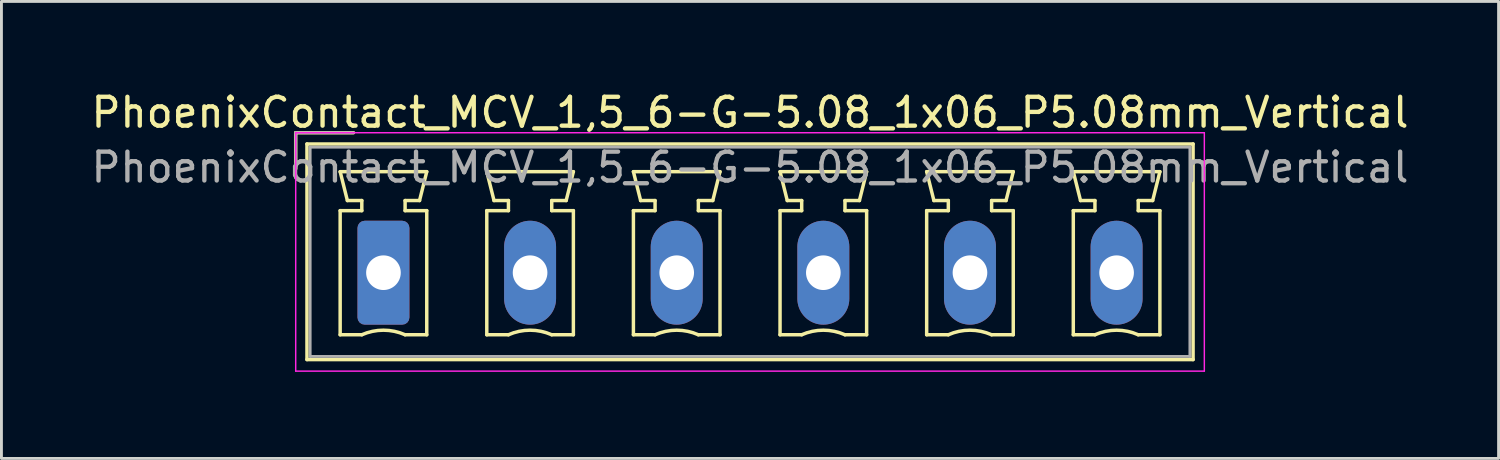
<source format=kicad_pcb>
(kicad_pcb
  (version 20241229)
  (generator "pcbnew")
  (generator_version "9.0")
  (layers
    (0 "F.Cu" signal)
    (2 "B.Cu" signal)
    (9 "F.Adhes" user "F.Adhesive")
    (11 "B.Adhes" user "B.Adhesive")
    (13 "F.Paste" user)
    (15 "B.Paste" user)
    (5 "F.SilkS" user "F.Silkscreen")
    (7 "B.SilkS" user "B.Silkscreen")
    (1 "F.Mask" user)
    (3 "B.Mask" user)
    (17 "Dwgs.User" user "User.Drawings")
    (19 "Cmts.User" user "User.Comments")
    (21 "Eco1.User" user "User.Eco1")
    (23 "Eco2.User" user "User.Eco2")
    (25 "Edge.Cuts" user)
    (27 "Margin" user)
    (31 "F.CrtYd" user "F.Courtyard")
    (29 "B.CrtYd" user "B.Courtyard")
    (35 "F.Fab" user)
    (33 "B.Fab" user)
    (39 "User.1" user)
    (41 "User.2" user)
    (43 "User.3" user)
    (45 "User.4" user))
  (footprint "PhoenixContact_MCV_1,5_6-G-5.08_1x06_P5.08mm_Vertical"
    (layer "F.Cu")
    (at 10.235 6.398)
    (property "Reference" "PhoenixContact_MCV_1,5_6-G-5.08_1x06_P5.08mm_Vertical" (at 12.7 -5.55 0) (layer "F.SilkS") (effects (font (size 1 1) (thickness 0.15))))
    (attr through_hole)
    (fp_line (start -3.04 -4.85) (end -1.04 -4.85) (stroke (width 0.12) (type solid)) (layer "F.SilkS"))
    (fp_line (start -3.04 -3.6) (end -3.04 -4.85) (stroke (width 0.12) (type solid)) (layer "F.SilkS"))
    (fp_line (start -2.65 -4.46) (end -2.65 3.01) (stroke (width 0.12) (type solid)) (layer "F.SilkS"))
    (fp_line (start -2.65 3.01) (end 28.05 3.01) (stroke (width 0.12) (type solid)) (layer "F.SilkS"))
    (fp_line (start -1.5 -3.5) (end 1.5 -3.5) (stroke (width 0.12) (type solid)) (layer "F.SilkS"))
    (fp_line (start -1.5 -2.15) (end -0.75 -2.15) (stroke (width 0.12) (type solid)) (layer "F.SilkS"))
    (fp_line (start -1.5 2.15) (end -1.5 -2.15) (stroke (width 0.12) (type solid)) (layer "F.SilkS"))
    (fp_line (start -1.25 -2.5) (end -1.5 -3.5) (stroke (width 0.12) (type solid)) (layer "F.SilkS"))
    (fp_line (start -0.75 -2.5) (end -1.25 -2.5) (stroke (width 0.12) (type solid)) (layer "F.SilkS"))
    (fp_line (start -0.75 -2.15) (end -0.75 -2.5) (stroke (width 0.12) (type solid)) (layer "F.SilkS"))
    (fp_line (start -0.75 2.15) (end -1.5 2.15) (stroke (width 0.12) (type solid)) (layer "F.SilkS"))
    (fp_line (start 0.75 -2.5) (end 0.75 -2.15) (stroke (width 0.12) (type solid)) (layer "F.SilkS"))
    (fp_line (start 0.75 -2.15) (end 1.5 -2.15) (stroke (width 0.12) (type solid)) (layer "F.SilkS"))
    (fp_line (start 1.25 -2.5) (end 0.75 -2.5) (stroke (width 0.12) (type solid)) (layer "F.SilkS"))
    (fp_line (start 1.5 -3.5) (end 1.25 -2.5) (stroke (width 0.12) (type solid)) (layer "F.SilkS"))
    (fp_line (start 1.5 -2.15) (end 1.5 2.15) (stroke (width 0.12) (type solid)) (layer "F.SilkS"))
    (fp_line (start 1.5 2.15) (end 0.75 2.15) (stroke (width 0.12) (type solid)) (layer "F.SilkS"))
    (fp_line (start 3.58 -3.5) (end 6.58 -3.5) (stroke (width 0.12) (type solid)) (layer "F.SilkS"))
    (fp_line (start 3.58 -2.15) (end 4.33 -2.15) (stroke (width 0.12) (type solid)) (layer "F.SilkS"))
    (fp_line (start 3.58 2.15) (end 3.58 -2.15) (stroke (width 0.12) (type solid)) (layer "F.SilkS"))
    (fp_line (start 3.83 -2.5) (end 3.58 -3.5) (stroke (width 0.12) (type solid)) (layer "F.SilkS"))
    (fp_line (start 4.33 -2.5) (end 3.83 -2.5) (stroke (width 0.12) (type solid)) (layer "F.SilkS"))
    (fp_line (start 4.33 -2.15) (end 4.33 -2.5) (stroke (width 0.12) (type solid)) (layer "F.SilkS"))
    (fp_line (start 4.33 2.15) (end 3.58 2.15) (stroke (width 0.12) (type solid)) (layer "F.SilkS"))
    (fp_line (start 5.83 -2.5) (end 5.83 -2.15) (stroke (width 0.12) (type solid)) (layer "F.SilkS"))
    (fp_line (start 5.83 -2.15) (end 6.58 -2.15) (stroke (width 0.12) (type solid)) (layer "F.SilkS"))
    (fp_line (start 6.33 -2.5) (end 5.83 -2.5) (stroke (width 0.12) (type solid)) (layer "F.SilkS"))
    (fp_line (start 6.58 -3.5) (end 6.33 -2.5) (stroke (width 0.12) (type solid)) (layer "F.SilkS"))
    (fp_line (start 6.58 -2.15) (end 6.58 2.15) (stroke (width 0.12) (type solid)) (layer "F.SilkS"))
    (fp_line (start 6.58 2.15) (end 5.83 2.15) (stroke (width 0.12) (type solid)) (layer "F.SilkS"))
    (fp_line (start 8.66 -3.5) (end 11.66 -3.5) (stroke (width 0.12) (type solid)) (layer "F.SilkS"))
    (fp_line (start 8.66 -2.15) (end 9.41 -2.15) (stroke (width 0.12) (type solid)) (layer "F.SilkS"))
    (fp_line (start 8.66 2.15) (end 8.66 -2.15) (stroke (width 0.12) (type solid)) (layer "F.SilkS"))
    (fp_line (start 8.91 -2.5) (end 8.66 -3.5) (stroke (width 0.12) (type solid)) (layer "F.SilkS"))
    (fp_line (start 9.41 -2.5) (end 8.91 -2.5) (stroke (width 0.12) (type solid)) (layer "F.SilkS"))
    (fp_line (start 9.41 -2.15) (end 9.41 -2.5) (stroke (width 0.12) (type solid)) (layer "F.SilkS"))
    (fp_line (start 9.41 2.15) (end 8.66 2.15) (stroke (width 0.12) (type solid)) (layer "F.SilkS"))
    (fp_line (start 10.91 -2.5) (end 10.91 -2.15) (stroke (width 0.12) (type solid)) (layer "F.SilkS"))
    (fp_line (start 10.91 -2.15) (end 11.66 -2.15) (stroke (width 0.12) (type solid)) (layer "F.SilkS"))
    (fp_line (start 11.41 -2.5) (end 10.91 -2.5) (stroke (width 0.12) (type solid)) (layer "F.SilkS"))
    (fp_line (start 11.66 -3.5) (end 11.41 -2.5) (stroke (width 0.12) (type solid)) (layer "F.SilkS"))
    (fp_line (start 11.66 -2.15) (end 11.66 2.15) (stroke (width 0.12) (type solid)) (layer "F.SilkS"))
    (fp_line (start 11.66 2.15) (end 10.91 2.15) (stroke (width 0.12) (type solid)) (layer "F.SilkS"))
    (fp_line (start 13.74 -3.5) (end 16.74 -3.5) (stroke (width 0.12) (type solid)) (layer "F.SilkS"))
    (fp_line (start 13.74 -2.15) (end 14.49 -2.15) (stroke (width 0.12) (type solid)) (layer "F.SilkS"))
    (fp_line (start 13.74 2.15) (end 13.74 -2.15) (stroke (width 0.12) (type solid)) (layer "F.SilkS"))
    (fp_line (start 13.99 -2.5) (end 13.74 -3.5) (stroke (width 0.12) (type solid)) (layer "F.SilkS"))
    (fp_line (start 14.49 -2.5) (end 13.99 -2.5) (stroke (width 0.12) (type solid)) (layer "F.SilkS"))
    (fp_line (start 14.49 -2.15) (end 14.49 -2.5) (stroke (width 0.12) (type solid)) (layer "F.SilkS"))
    (fp_line (start 14.49 2.15) (end 13.74 2.15) (stroke (width 0.12) (type solid)) (layer "F.SilkS"))
    (fp_line (start 15.99 -2.5) (end 15.99 -2.15) (stroke (width 0.12) (type solid)) (layer "F.SilkS"))
    (fp_line (start 15.99 -2.15) (end 16.74 -2.15) (stroke (width 0.12) (type solid)) (layer "F.SilkS"))
    (fp_line (start 16.49 -2.5) (end 15.99 -2.5) (stroke (width 0.12) (type solid)) (layer "F.SilkS"))
    (fp_line (start 16.74 -3.5) (end 16.49 -2.5) (stroke (width 0.12) (type solid)) (layer "F.SilkS"))
    (fp_line (start 16.74 -2.15) (end 16.74 2.15) (stroke (width 0.12) (type solid)) (layer "F.SilkS"))
    (fp_line (start 16.74 2.15) (end 15.99 2.15) (stroke (width 0.12) (type solid)) (layer "F.SilkS"))
    (fp_line (start 18.82 -3.5) (end 21.82 -3.5) (stroke (width 0.12) (type solid)) (layer "F.SilkS"))
    (fp_line (start 18.82 -2.15) (end 19.57 -2.15) (stroke (width 0.12) (type solid)) (layer "F.SilkS"))
    (fp_line (start 18.82 2.15) (end 18.82 -2.15) (stroke (width 0.12) (type solid)) (layer "F.SilkS"))
    (fp_line (start 19.07 -2.5) (end 18.82 -3.5) (stroke (width 0.12) (type solid)) (layer "F.SilkS"))
    (fp_line (start 19.57 -2.5) (end 19.07 -2.5) (stroke (width 0.12) (type solid)) (layer "F.SilkS"))
    (fp_line (start 19.57 -2.15) (end 19.57 -2.5) (stroke (width 0.12) (type solid)) (layer "F.SilkS"))
    (fp_line (start 19.57 2.15) (end 18.82 2.15) (stroke (width 0.12) (type solid)) (layer "F.SilkS"))
    (fp_line (start 21.07 -2.5) (end 21.07 -2.15) (stroke (width 0.12) (type solid)) (layer "F.SilkS"))
    (fp_line (start 21.07 -2.15) (end 21.82 -2.15) (stroke (width 0.12) (type solid)) (layer "F.SilkS"))
    (fp_line (start 21.57 -2.5) (end 21.07 -2.5) (stroke (width 0.12) (type solid)) (layer "F.SilkS"))
    (fp_line (start 21.82 -3.5) (end 21.57 -2.5) (stroke (width 0.12) (type solid)) (layer "F.SilkS"))
    (fp_line (start 21.82 -2.15) (end 21.82 2.15) (stroke (width 0.12) (type solid)) (layer "F.SilkS"))
    (fp_line (start 21.82 2.15) (end 21.07 2.15) (stroke (width 0.12) (type solid)) (layer "F.SilkS"))
    (fp_line (start 23.9 -3.5) (end 26.9 -3.5) (stroke (width 0.12) (type solid)) (layer "F.SilkS"))
    (fp_line (start 23.9 -2.15) (end 24.65 -2.15) (stroke (width 0.12) (type solid)) (layer "F.SilkS"))
    (fp_line (start 23.9 2.15) (end 23.9 -2.15) (stroke (width 0.12) (type solid)) (layer "F.SilkS"))
    (fp_line (start 24.15 -2.5) (end 23.9 -3.5) (stroke (width 0.12) (type solid)) (layer "F.SilkS"))
    (fp_line (start 24.65 -2.5) (end 24.15 -2.5) (stroke (width 0.12) (type solid)) (layer "F.SilkS"))
    (fp_line (start 24.65 -2.15) (end 24.65 -2.5) (stroke (width 0.12) (type solid)) (layer "F.SilkS"))
    (fp_line (start 24.65 2.15) (end 23.9 2.15) (stroke (width 0.12) (type solid)) (layer "F.SilkS"))
    (fp_line (start 26.15 -2.5) (end 26.15 -2.15) (stroke (width 0.12) (type solid)) (layer "F.SilkS"))
    (fp_line (start 26.15 -2.15) (end 26.9 -2.15) (stroke (width 0.12) (type solid)) (layer "F.SilkS"))
    (fp_line (start 26.65 -2.5) (end 26.15 -2.5) (stroke (width 0.12) (type solid)) (layer "F.SilkS"))
    (fp_line (start 26.9 -3.5) (end 26.65 -2.5) (stroke (width 0.12) (type solid)) (layer "F.SilkS"))
    (fp_line (start 26.9 -2.15) (end 26.9 2.15) (stroke (width 0.12) (type solid)) (layer "F.SilkS"))
    (fp_line (start 26.9 2.15) (end 26.15 2.15) (stroke (width 0.12) (type solid)) (layer "F.SilkS"))
    (fp_line (start 28.05 -4.46) (end -2.65 -4.46) (stroke (width 0.12) (type solid)) (layer "F.SilkS"))
    (fp_line (start 28.05 3.01) (end 28.05 -4.46) (stroke (width 0.12) (type solid)) (layer "F.SilkS"))
    (fp_arc (start -0.75 2.15) (mid -0.000193 1.99191) (end 0.749647 2.149844) (stroke (width 0.12) (type solid)) (layer "F.SilkS"))
    (fp_arc (start 4.33 2.15) (mid 5.079807 1.99191) (end 5.829647 2.149844) (stroke (width 0.12) (type solid)) (layer "F.SilkS"))
    (fp_arc (start 9.41 2.15) (mid 10.159807 1.99191) (end 10.909647 2.149844) (stroke (width 0.12) (type solid)) (layer "F.SilkS"))
    (fp_arc (start 14.49 2.15) (mid 15.239807 1.99191) (end 15.989647 2.149844) (stroke (width 0.12) (type solid)) (layer "F.SilkS"))
    (fp_arc (start 19.57 2.15) (mid 20.319807 1.99191) (end 21.069647 2.149844) (stroke (width 0.12) (type solid)) (layer "F.SilkS"))
    (fp_arc (start 24.65 2.15) (mid 25.399807 1.99191) (end 26.149647 2.149844) (stroke (width 0.12) (type solid)) (layer "F.SilkS"))
    (fp_line (start -3.04 -4.85) (end -3.04 3.41) (stroke (width 0.05) (type solid)) (layer "F.CrtYd"))
    (fp_line (start -3.04 3.41) (end 28.44 3.41) (stroke (width 0.05) (type solid)) (layer "F.CrtYd"))
    (fp_line (start 28.44 -4.85) (end -3.04 -4.85) (stroke (width 0.05) (type solid)) (layer "F.CrtYd"))
    (fp_line (start 28.44 3.41) (end 28.44 -4.85) (stroke (width 0.05) (type solid)) (layer "F.CrtYd"))
    (fp_line (start -3.04 -4.85) (end -1.04 -4.85) (stroke (width 0.1) (type solid)) (layer "F.Fab"))
    (fp_line (start -3.04 -3.6) (end -3.04 -4.85) (stroke (width 0.1) (type solid)) (layer "F.Fab"))
    (fp_line (start -2.54 -4.35) (end -2.54 2.9) (stroke (width 0.1) (type solid)) (layer "F.Fab"))
    (fp_line (start -2.54 2.9) (end 27.94 2.9) (stroke (width 0.1) (type solid)) (layer "F.Fab"))
    (fp_line (start 27.94 -4.35) (end -2.54 -4.35) (stroke (width 0.1) (type solid)) (layer "F.Fab"))
    (fp_line (start 27.94 2.9) (end 27.94 -4.35) (stroke (width 0.1) (type solid)) (layer "F.Fab"))
    (fp_text user "${REFERENCE}" (at 12.7 -3.65 0) (layer "F.Fab") (effects (font (size 1 1) (thickness 0.15))))
    (pad "1" thru_hole roundrect (at 0 0) (size 1.8 3.6) (drill 1.2) (layers "*.Cu" "*.Mask") (roundrect_rratio 0.139))
    (pad "2" thru_hole oval (at 5.08 0) (size 1.8 3.6) (drill 1.2) (layers "*.Cu" "*.Mask"))
    (pad "3" thru_hole oval (at 10.16 0) (size 1.8 3.6) (drill 1.2) (layers "*.Cu" "*.Mask"))
    (pad "4" thru_hole oval (at 15.24 0) (size 1.8 3.6) (drill 1.2) (layers "*.Cu" "*.Mask"))
    (pad "5" thru_hole oval (at 20.32 0) (size 1.8 3.6) (drill 1.2) (layers "*.Cu" "*.Mask"))
    (pad "6" thru_hole oval (at 25.4 0) (size 1.8 3.6) (drill 1.2) (layers "*.Cu" "*.Mask")))
  (gr_rect
    (start -3 -3)
    (end 48.869 12.833)
    (stroke (width 0.1) (type default))
    (fill no)
    (layer "Edge.Cuts")))
</source>
